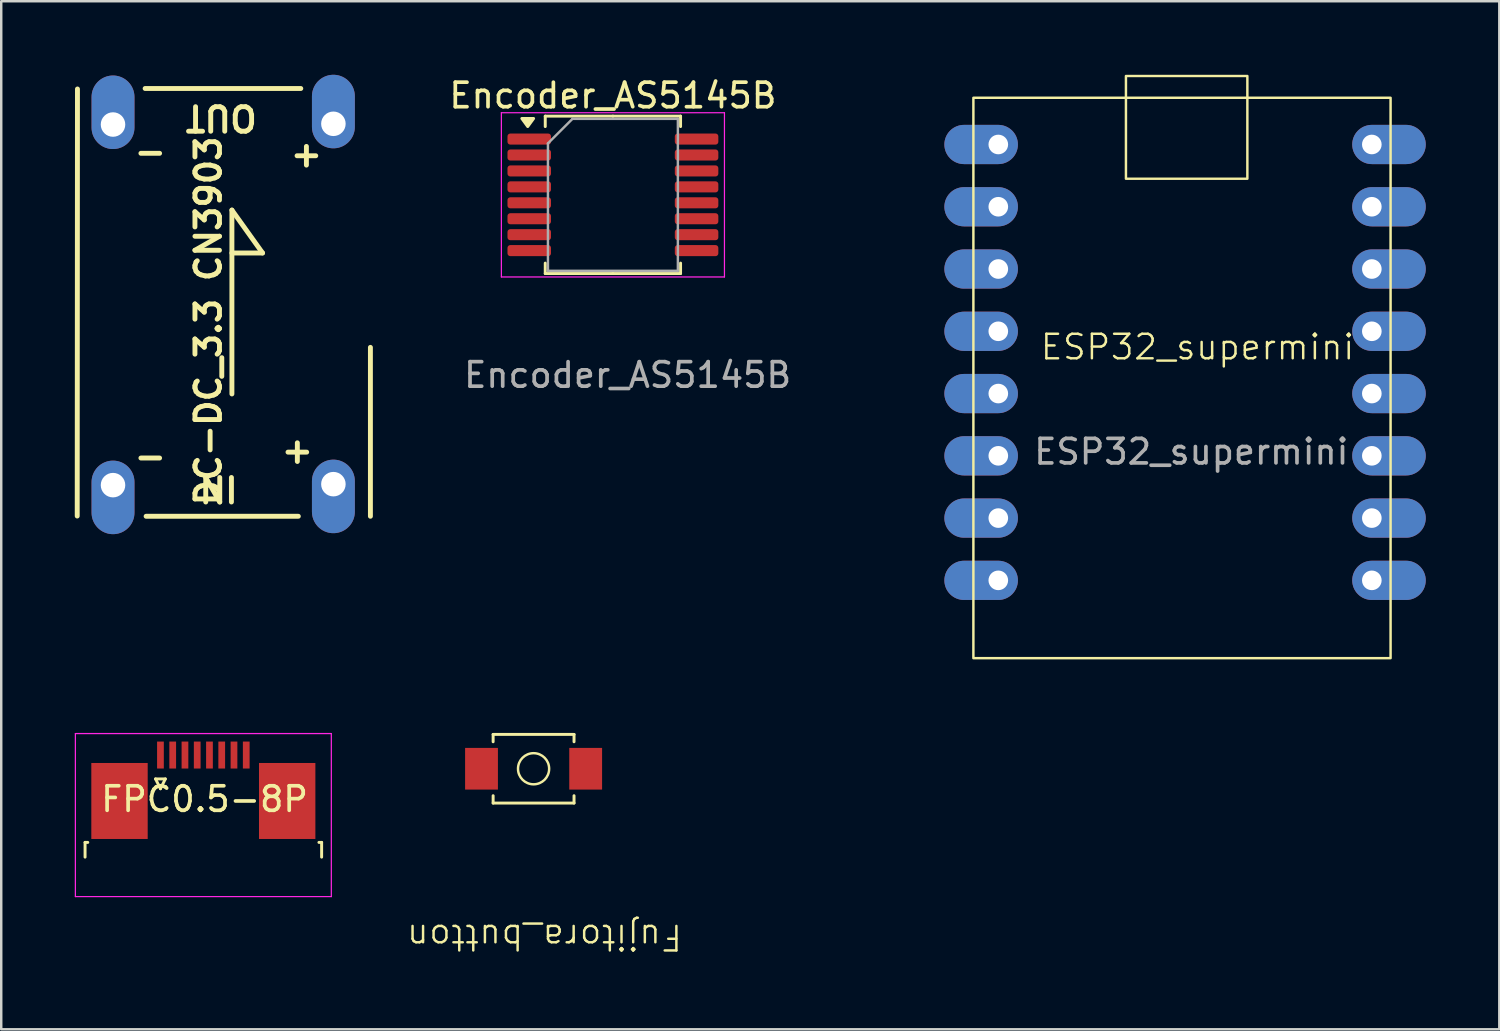
<source format=kicad_pcb>
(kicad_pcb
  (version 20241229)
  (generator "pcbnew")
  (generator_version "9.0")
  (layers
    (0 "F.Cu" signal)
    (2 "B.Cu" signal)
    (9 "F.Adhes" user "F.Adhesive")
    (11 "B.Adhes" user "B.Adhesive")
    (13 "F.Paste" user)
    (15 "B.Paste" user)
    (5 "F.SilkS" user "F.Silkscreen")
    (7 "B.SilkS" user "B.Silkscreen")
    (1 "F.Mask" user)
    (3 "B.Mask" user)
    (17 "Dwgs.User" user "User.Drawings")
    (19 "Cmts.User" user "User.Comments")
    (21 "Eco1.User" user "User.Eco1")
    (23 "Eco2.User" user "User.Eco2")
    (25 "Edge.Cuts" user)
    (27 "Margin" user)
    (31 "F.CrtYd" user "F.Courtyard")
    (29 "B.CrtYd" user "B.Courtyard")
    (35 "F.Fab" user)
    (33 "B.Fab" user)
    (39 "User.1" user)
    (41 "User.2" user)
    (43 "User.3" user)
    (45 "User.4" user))
  (footprint "Encoder_AS5145B"
    (layer "F.Cu")
    (at 21.952 4.898)
    (property "Reference" "Encoder_AS5145B" (at 0 -4.05 0) (layer "F.SilkS") (effects (font (size 1 1) (thickness 0.15))))
    (attr smd)
    (fp_line (start -2.76 -3.21) (end -2.76 -2.785) (stroke (width 0.12) (type solid)) (layer "F.SilkS"))
    (fp_line (start -2.76 3.21) (end -2.76 2.785) (stroke (width 0.12) (type solid)) (layer "F.SilkS"))
    (fp_line (start 0 -3.21) (end -2.76 -3.21) (stroke (width 0.12) (type solid)) (layer "F.SilkS"))
    (fp_line (start 0 -3.21) (end 2.76 -3.21) (stroke (width 0.12) (type solid)) (layer "F.SilkS"))
    (fp_line (start 0 3.21) (end -2.76 3.21) (stroke (width 0.12) (type solid)) (layer "F.SilkS"))
    (fp_line (start 0 3.21) (end 2.76 3.21) (stroke (width 0.12) (type solid)) (layer "F.SilkS"))
    (fp_line (start 2.76 -3.21) (end 2.76 -2.785) (stroke (width 0.12) (type solid)) (layer "F.SilkS"))
    (fp_line (start 2.76 3.21) (end 2.76 2.785) (stroke (width 0.12) (type solid)) (layer "F.SilkS"))
    (fp_poly (pts (xy -3.475 -2.785) (xy -3.715 -3.115) (xy -3.235 -3.115) (xy -3.475 -2.785)) (stroke (width 0.12) (type solid)) (fill yes) (layer "F.SilkS"))
    (fp_line (start -4.55 -3.35) (end -4.55 3.35) (stroke (width 0.05) (type solid)) (layer "F.CrtYd"))
    (fp_line (start -4.55 3.35) (end 4.55 3.35) (stroke (width 0.05) (type solid)) (layer "F.CrtYd"))
    (fp_line (start 4.55 -3.35) (end -4.55 -3.35) (stroke (width 0.05) (type solid)) (layer "F.CrtYd"))
    (fp_line (start 4.55 3.35) (end 4.55 -3.35) (stroke (width 0.05) (type solid)) (layer "F.CrtYd"))
    (fp_line (start -2.65 -2.1) (end -1.65 -3.1) (stroke (width 0.1) (type solid)) (layer "F.Fab"))
    (fp_line (start -2.65 3.1) (end -2.65 -2.1) (stroke (width 0.1) (type solid)) (layer "F.Fab"))
    (fp_line (start -1.65 -3.1) (end 2.65 -3.1) (stroke (width 0.1) (type solid)) (layer "F.Fab"))
    (fp_line (start 2.65 -3.1) (end 2.65 3.1) (stroke (width 0.1) (type solid)) (layer "F.Fab"))
    (fp_line (start 2.65 3.1) (end -2.65 3.1) (stroke (width 0.1) (type solid)) (layer "F.Fab"))
    (fp_text user "${REFERENCE}" (at 0.6 7.35 0) (layer "F.Fab") (effects (font (size 1 1) (thickness 0.15))))
    (pad "1" smd roundrect (at -3.413 -2.275) (size 1.775 0.45) (layers "F.Cu" "F.Mask" "F.Paste") (roundrect_rratio 0.25))
    (pad "2" smd roundrect (at -3.413 -1.625) (size 1.775 0.45) (layers "F.Cu" "F.Mask" "F.Paste") (roundrect_rratio 0.25))
    (pad "3" smd roundrect (at -3.413 -0.975) (size 1.775 0.45) (layers "F.Cu" "F.Mask" "F.Paste") (roundrect_rratio 0.25))
    (pad "4" smd roundrect (at -3.413 -0.325) (size 1.775 0.45) (layers "F.Cu" "F.Mask" "F.Paste") (roundrect_rratio 0.25))
    (pad "5" smd roundrect (at -3.413 0.325) (size 1.775 0.45) (layers "F.Cu" "F.Mask" "F.Paste") (roundrect_rratio 0.25))
    (pad "6" smd roundrect (at -3.413 0.975) (size 1.775 0.45) (layers "F.Cu" "F.Mask" "F.Paste") (roundrect_rratio 0.25))
    (pad "7" smd roundrect (at -3.413 1.625) (size 1.775 0.45) (layers "F.Cu" "F.Mask" "F.Paste") (roundrect_rratio 0.25))
    (pad "8" smd roundrect (at -3.413 2.275) (size 1.775 0.45) (layers "F.Cu" "F.Mask" "F.Paste") (roundrect_rratio 0.25))
    (pad "9" smd roundrect (at 3.413 2.275) (size 1.775 0.45) (layers "F.Cu" "F.Mask" "F.Paste") (roundrect_rratio 0.25))
    (pad "10" smd roundrect (at 3.413 1.625) (size 1.775 0.45) (layers "F.Cu" "F.Mask" "F.Paste") (roundrect_rratio 0.25))
    (pad "11" smd roundrect (at 3.413 0.975) (size 1.775 0.45) (layers "F.Cu" "F.Mask" "F.Paste") (roundrect_rratio 0.25))
    (pad "12" smd roundrect (at 3.413 0.325) (size 1.775 0.45) (layers "F.Cu" "F.Mask" "F.Paste") (roundrect_rratio 0.25))
    (pad "13" smd roundrect (at 3.413 -0.325) (size 1.775 0.45) (layers "F.Cu" "F.Mask" "F.Paste") (roundrect_rratio 0.25))
    (pad "14" smd roundrect (at 3.413 -0.975) (size 1.775 0.45) (layers "F.Cu" "F.Mask" "F.Paste") (roundrect_rratio 0.25))
    (pad "15" smd roundrect (at 3.413 -1.625) (size 1.775 0.45) (layers "F.Cu" "F.Mask" "F.Paste") (roundrect_rratio 0.25))
    (pad "16" smd roundrect (at 3.413 -2.275) (size 1.775 0.45) (layers "F.Cu" "F.Mask" "F.Paste") (roundrect_rratio 0.25)))
  (footprint "Fujitora_button"
    (layer "F.Cu")
    (at 18.715 28.312)
    (property "Reference" "Fujitora_button" (at 0.445 6.866 180) (unlocked yes) (layer "F.SilkS") (effects (font (size 1 1) (thickness 0.1))))
    (attr through_hole)
    (fp_line (start -1.649 -1.403) (end 1.651 -1.403) (stroke (width 0.12) (type solid)) (layer "F.SilkS"))
    (fp_line (start -1.649 -1.103) (end -1.649 -1.403) (stroke (width 0.12) (type solid)) (layer "F.SilkS"))
    (fp_line (start -1.649 1.097) (end -1.649 1.397) (stroke (width 0.12) (type solid)) (layer "F.SilkS"))
    (fp_line (start -1.649 1.397) (end 1.651 1.397) (stroke (width 0.12) (type solid)) (layer "F.SilkS"))
    (fp_line (start 1.651 -1.403) (end 1.651 -1.103) (stroke (width 0.12) (type solid)) (layer "F.SilkS"))
    (fp_line (start 1.651 1.397) (end 1.651 1.097) (stroke (width 0.12) (type solid)) (layer "F.SilkS"))
    (fp_circle (center 0.001 -0.003) (end 0.636 -0.003) (stroke (width 0.1) (type default)) (fill no) (layer "F.SilkS"))
    (pad "1" smd rect (at -2.123 -0.003) (size 1.339 1.7) (layers "F.Cu" "F.Mask" "F.Paste"))
    (pad "2" smd rect (at 2.126 -0.003) (size 1.339 1.7) (layers "F.Cu" "F.Mask" "F.Paste")))
  (footprint "DC-DC_3.3 CN3903"
    (layer "F.Cu")
    (at 6.11 9.72)
    (property "Reference" "DC-DC_3.3 CN3903" (at -0.66 0.32 90) (unlocked yes) (layer "F.SilkS") (effects (font (size 1 1) (thickness 0.2) (bold yes))))
    (attr through_hole)
    (fp_line (start -6.01 8.28) (end -6 -9.14) (stroke (width 0.2) (type default)) (layer "F.SilkS"))
    (fp_line (start -3.24 -9.16) (end 3.11 -9.16) (stroke (width 0.2) (type default)) (layer "F.SilkS"))
    (fp_line (start 0.3 -2.45) (end 1.55 -2.45) (stroke (width 0.2) (type default)) (layer "F.SilkS"))
    (fp_line (start 0.3 3.3) (end 0.3 -4.2) (stroke (width 0.2) (type default)) (layer "F.SilkS"))
    (fp_line (start 1.55 -2.45) (end 0.3 -4.2) (stroke (width 0.2) (type default)) (layer "F.SilkS"))
    (fp_line (start 3.01 8.29) (end -3.2 8.29) (stroke (width 0.2) (type default)) (layer "F.SilkS"))
    (fp_line (start 5.95 1.4) (end 5.95 8.29) (stroke (width 0.2) (type default)) (layer "F.SilkS"))
    (fp_text user "IN" (at 0.65 6.575 180) (unlocked yes) (layer "F.SilkS") (effects (font (size 1 1) (thickness 0.2) (bold yes)) (justify left bottom)))
    (fp_text user "OUT" (at 1.425 -8.55 180) (unlocked yes) (layer "F.SilkS") (effects (font (size 1 1) (thickness 0.2) (bold yes)) (justify left bottom)))
    (fp_text user "-" (at -2.28 -7.03 180) (unlocked yes) (layer "F.SilkS") (effects (font (size 1 1) (thickness 0.2) (bold yes)) (justify left bottom)))
    (fp_text user "+" (at 3.72 5.16 180) (unlocked yes) (layer "F.SilkS") (effects (font (size 1 1) (thickness 0.2) (bold yes)) (justify left bottom)))
    (fp_text user "+" (at 4.09 -6.93 180) (unlocked yes) (layer "F.SilkS") (effects (font (size 1 1) (thickness 0.2) (bold yes)) (justify left bottom)))
    (fp_text user "-" (at -2.28 5.4 180) (unlocked yes) (layer "F.SilkS") (effects (font (size 1 1) (thickness 0.2) (bold yes)) (justify left bottom)))
    (pad "1" thru_hole oval (at 4.44 6.98) (size 1.75 3) (drill 1 (offset 0 0.5)) (layers "*.Cu" "*.Mask"))
    (pad "2" thru_hole oval (at -4.55 7.02) (size 1.75 3) (drill 1 (offset 0 0.5)) (layers "*.Cu" "*.Mask"))
    (pad "3" thru_hole oval (at 4.44 -7.72 180) (size 1.75 3) (drill 1 (offset 0 0.5)) (layers "*.Cu" "*.Mask"))
    (pad "4" thru_hole oval (at -4.55 -7.69 180) (size 1.75 3) (drill 1 (offset 0 0.5)) (layers "*.Cu" "*.Mask")))
  (footprint "ESP32_supermini"
    (layer "F.Cu")
    (at 32.593 7.924)
    (property "Reference" "ESP32_supermini" (at 13.208 3.183 0) (unlocked yes) (layer "F.SilkS") (effects (font (size 1 1) (thickness 0.1))))
    (attr through_hole)
    (fp_rect (start 4.064 -6.985) (end 21.082 15.875) (stroke (width 0.1) (type default)) (fill no) (layer "F.SilkS"))
    (fp_rect (start 10.287 -7.874) (end 15.24 -3.683) (stroke (width 0.1) (type default)) (fill no) (layer "F.SilkS"))
    (fp_text user "${REFERENCE}" (at 12.954 7.453 0) (unlocked yes) (layer "F.Fab") (effects (font (size 1 1) (thickness 0.15))))
    (pad "1" thru_hole oval (at 5.08 -5.08) (size 3 1.6) (drill 0.8 (offset -0.7 0)) (layers "*.Cu" "*.Mask"))
    (pad "2" thru_hole oval (at 5.08 -2.54) (size 3 1.6) (drill 0.8 (offset -0.7 0)) (layers "*.Cu" "*.Mask"))
    (pad "3" thru_hole oval (at 5.08 0) (size 3 1.6) (drill 0.8 (offset -0.7 0)) (layers "*.Cu" "*.Mask"))
    (pad "4" thru_hole oval (at 5.08 2.54) (size 3 1.6) (drill 0.8 (offset -0.7 0)) (layers "*.Cu" "*.Mask"))
    (pad "5" thru_hole oval (at 5.08 5.08) (size 3 1.6) (drill 0.8 (offset -0.7 0)) (layers "*.Cu" "*.Mask"))
    (pad "6" thru_hole oval (at 5.08 7.62) (size 3 1.6) (drill 0.8 (offset -0.7 0)) (layers "*.Cu" "*.Mask"))
    (pad "7" thru_hole oval (at 5.08 10.16) (size 3 1.6) (drill 0.8 (offset -0.7 0)) (layers "*.Cu" "*.Mask"))
    (pad "8" thru_hole oval (at 5.08 12.7) (size 3 1.6) (drill 0.8 (offset -0.7 0)) (layers "*.Cu" "*.Mask"))
    (pad "9" thru_hole oval (at 20.317 -5.08) (size 3 1.6) (drill 0.8 (offset 0.7 0)) (layers "*.Cu" "*.Mask"))
    (pad "10" thru_hole oval (at 20.317 -2.54) (size 3 1.6) (drill 0.8 (offset 0.7 0)) (layers "*.Cu" "*.Mask"))
    (pad "11" thru_hole oval (at 20.317 0) (size 3 1.6) (drill 0.8 (offset 0.7 0)) (layers "*.Cu" "*.Mask"))
    (pad "12" thru_hole oval (at 20.317 2.54) (size 3 1.6) (drill 0.8 (offset 0.7 0)) (layers "*.Cu" "*.Mask"))
    (pad "13" thru_hole oval (at 20.317 5.08) (size 3 1.6) (drill 0.8 (offset 0.7 0)) (layers "*.Cu" "*.Mask"))
    (pad "14" thru_hole oval (at 20.317 7.62) (size 3 1.6) (drill 0.8 (offset 0.7 0)) (layers "*.Cu" "*.Mask"))
    (pad "15" thru_hole oval (at 20.317 10.16) (size 3 1.6) (drill 0.8 (offset 0.7 0)) (layers "*.Cu" "*.Mask"))
    (pad "16" thru_hole oval (at 20.317 12.7) (size 3 1.6) (drill 0.8 (offset 0.7 0)) (layers "*.Cu" "*.Mask")))
  (footprint "FPC0.5-8P"
    (layer "F.Cu")
    (at 5.245 29.274)
    (property "Reference" "FPC0.5-8P" (at 0.05 0.275 180) (layer "F.SilkS") (effects (font (size 1 1) (thickness 0.15))))
    (attr smd)
    (fp_line (start -4.825 2.04) (end -4.825 2.64) (stroke (width 0.12) (type solid)) (layer "F.SilkS"))
    (fp_line (start -4.715 2.04) (end -4.825 2.04) (stroke (width 0.12) (type solid)) (layer "F.SilkS"))
    (fp_line (start -1.95 -0.55) (end -1.75 -0.15) (stroke (width 0.12) (type solid)) (layer "F.SilkS"))
    (fp_line (start -1.75 -0.15) (end -1.55 -0.55) (stroke (width 0.12) (type solid)) (layer "F.SilkS"))
    (fp_line (start -1.55 -0.55) (end -1.95 -0.55) (stroke (width 0.12) (type solid)) (layer "F.SilkS"))
    (fp_line (start 4.715 2.04) (end 4.825 2.04) (stroke (width 0.12) (type solid)) (layer "F.SilkS"))
    (fp_line (start 4.825 2.04) (end 4.825 2.64) (stroke (width 0.12) (type solid)) (layer "F.SilkS"))
    (fp_line (start -5.22 -2.4) (end -5.22 4.25) (stroke (width 0.05) (type solid)) (layer "F.CrtYd"))
    (fp_line (start -5.22 4.25) (end 5.22 4.25) (stroke (width 0.05) (type solid)) (layer "F.CrtYd"))
    (fp_line (start 5.22 -2.4) (end -5.22 -2.4) (stroke (width 0.05) (type solid)) (layer "F.CrtYd"))
    (fp_line (start 5.22 4.25) (end 5.22 -2.4) (stroke (width 0.05) (type solid)) (layer "F.CrtYd"))
    (pad "1" smd rect (at -1.75 -1.524) (size 0.275 1.1) (layers "F.Cu" "F.Mask" "F.Paste"))
    (pad "2" smd rect (at -1.25 -1.524) (size 0.275 1.1) (layers "F.Cu" "F.Mask" "F.Paste"))
    (pad "3" smd rect (at -0.75 -1.524) (size 0.275 1.1) (layers "F.Cu" "F.Mask" "F.Paste"))
    (pad "4" smd rect (at -0.25 -1.524) (size 0.275 1.1) (layers "F.Cu" "F.Mask" "F.Paste"))
    (pad "5" smd rect (at 0.25 -1.524) (size 0.275 1.1) (layers "F.Cu" "F.Mask" "F.Paste"))
    (pad "6" smd rect (at 0.75 -1.524) (size 0.275 1.1) (layers "F.Cu" "F.Mask" "F.Paste"))
    (pad "7" smd rect (at 1.25 -1.524) (size 0.275 1.1) (layers "F.Cu" "F.Mask" "F.Paste"))
    (pad "8" smd rect (at 1.75 -1.524) (size 0.275 1.1) (layers "F.Cu" "F.Mask" "F.Paste"))
    (pad "MP" smd rect (at -3.42 0.35) (size 2.3 3.1) (layers "F.Cu" "F.Mask" "F.Paste"))
    (pad "MP" smd rect (at 3.42 0.35) (size 2.3 3.1) (layers "F.Cu" "F.Mask" "F.Paste")))
  (gr_rect
    (start -3 -3)
    (end 58.11 38.938)
    (stroke (width 0.1) (type default))
    (fill no)
    (layer "Edge.Cuts")))
</source>
